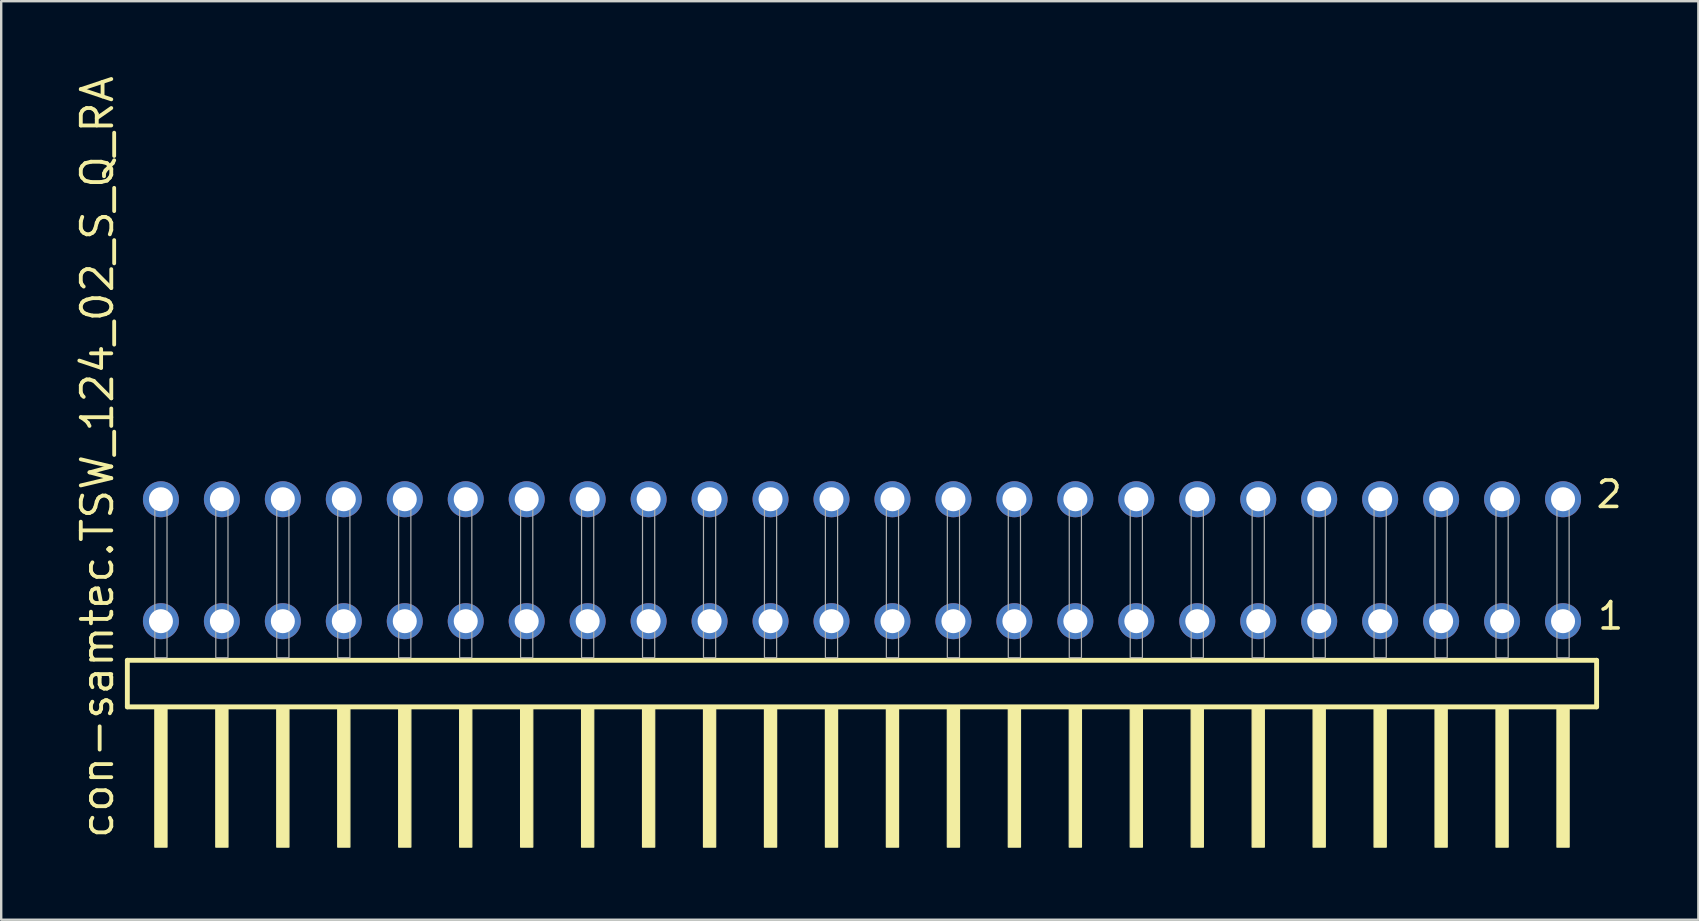
<source format=kicad_pcb>
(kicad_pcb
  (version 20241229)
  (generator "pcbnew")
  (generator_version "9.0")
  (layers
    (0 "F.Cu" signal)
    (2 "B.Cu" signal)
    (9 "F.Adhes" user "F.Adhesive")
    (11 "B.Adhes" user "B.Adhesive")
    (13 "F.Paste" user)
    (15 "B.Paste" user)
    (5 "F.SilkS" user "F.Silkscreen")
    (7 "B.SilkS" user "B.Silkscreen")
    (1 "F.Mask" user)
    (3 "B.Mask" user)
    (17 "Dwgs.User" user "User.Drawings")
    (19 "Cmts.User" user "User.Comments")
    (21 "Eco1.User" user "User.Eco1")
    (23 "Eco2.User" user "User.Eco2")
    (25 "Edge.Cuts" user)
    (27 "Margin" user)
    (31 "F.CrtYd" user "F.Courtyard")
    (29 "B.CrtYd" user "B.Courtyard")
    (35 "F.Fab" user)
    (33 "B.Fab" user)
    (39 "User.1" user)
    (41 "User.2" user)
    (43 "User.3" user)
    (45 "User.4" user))
  (footprint "con-samtec.TSW_124_02_S_Q_RA"
    (layer "F.Cu")
    (at 32.865 24.356)
    (property "Reference" "con-samtec.TSW_124_02_S_Q_RA" (at -31.115 7.62 90) (layer "F.SilkS") (effects (font (size 1.27 1.27) (thickness 0.16)) (justify left bottom)))
    (attr through_hole)
    (fp_line (start -30.609 0.106) (end -30.609 2.046) (stroke (width 0.203) (type default)) (layer "F.SilkS"))
    (fp_line (start -30.609 2.046) (end 30.609 2.046) (stroke (width 0.203) (type default)) (layer "F.SilkS"))
    (fp_line (start 30.609 0.106) (end -30.609 0.106) (stroke (width 0.203) (type default)) (layer "F.SilkS"))
    (fp_line (start 30.609 2.046) (end 30.609 0.106) (stroke (width 0.203) (type default)) (layer "F.SilkS"))
    (fp_rect (start -29.464 7.89) (end -28.956 2.04) (stroke (width 0.05) (type default)) (fill yes) (layer "F.SilkS"))
    (fp_rect (start -26.924 7.89) (end -26.416 2.04) (stroke (width 0.05) (type default)) (fill yes) (layer "F.SilkS"))
    (fp_rect (start -24.384 7.89) (end -23.876 2.04) (stroke (width 0.05) (type default)) (fill yes) (layer "F.SilkS"))
    (fp_rect (start -21.844 7.89) (end -21.336 2.04) (stroke (width 0.05) (type default)) (fill yes) (layer "F.SilkS"))
    (fp_rect (start -19.304 7.89) (end -18.796 2.04) (stroke (width 0.05) (type default)) (fill yes) (layer "F.SilkS"))
    (fp_rect (start -16.764 7.89) (end -16.256 2.04) (stroke (width 0.05) (type default)) (fill yes) (layer "F.SilkS"))
    (fp_rect (start -14.224 7.89) (end -13.716 2.04) (stroke (width 0.05) (type default)) (fill yes) (layer "F.SilkS"))
    (fp_rect (start -11.684 7.89) (end -11.176 2.04) (stroke (width 0.05) (type default)) (fill yes) (layer "F.SilkS"))
    (fp_rect (start -9.144 7.89) (end -8.636 2.04) (stroke (width 0.05) (type default)) (fill yes) (layer "F.SilkS"))
    (fp_rect (start -6.604 7.89) (end -6.096 2.04) (stroke (width 0.05) (type default)) (fill yes) (layer "F.SilkS"))
    (fp_rect (start -4.064 7.89) (end -3.556 2.04) (stroke (width 0.05) (type default)) (fill yes) (layer "F.SilkS"))
    (fp_rect (start -1.524 7.89) (end -1.016 2.04) (stroke (width 0.05) (type default)) (fill yes) (layer "F.SilkS"))
    (fp_rect (start 1.016 7.89) (end 1.524 2.04) (stroke (width 0.05) (type default)) (fill yes) (layer "F.SilkS"))
    (fp_rect (start 3.556 7.89) (end 4.064 2.04) (stroke (width 0.05) (type default)) (fill yes) (layer "F.SilkS"))
    (fp_rect (start 6.096 7.89) (end 6.604 2.04) (stroke (width 0.05) (type default)) (fill yes) (layer "F.SilkS"))
    (fp_rect (start 8.636 7.89) (end 9.144 2.04) (stroke (width 0.05) (type default)) (fill yes) (layer "F.SilkS"))
    (fp_rect (start 11.176 7.89) (end 11.684 2.04) (stroke (width 0.05) (type default)) (fill yes) (layer "F.SilkS"))
    (fp_rect (start 13.716 7.89) (end 14.224 2.04) (stroke (width 0.05) (type default)) (fill yes) (layer "F.SilkS"))
    (fp_rect (start 16.256 7.89) (end 16.764 2.04) (stroke (width 0.05) (type default)) (fill yes) (layer "F.SilkS"))
    (fp_rect (start 18.796 7.89) (end 19.304 2.04) (stroke (width 0.05) (type default)) (fill yes) (layer "F.SilkS"))
    (fp_rect (start 21.336 7.89) (end 21.844 2.04) (stroke (width 0.05) (type default)) (fill yes) (layer "F.SilkS"))
    (fp_rect (start 23.876 7.89) (end 24.384 2.04) (stroke (width 0.05) (type default)) (fill yes) (layer "F.SilkS"))
    (fp_rect (start 26.416 7.89) (end 26.924 2.04) (stroke (width 0.05) (type default)) (fill yes) (layer "F.SilkS"))
    (fp_rect (start 28.956 7.89) (end 29.464 2.04) (stroke (width 0.05) (type default)) (fill yes) (layer "F.SilkS"))
    (fp_rect (start -29.464 0) (end -28.956 -6.858) (stroke (width 0.05) (type default)) (fill no) (layer "F.Fab"))
    (fp_rect (start -26.924 0) (end -26.416 -6.858) (stroke (width 0.05) (type default)) (fill no) (layer "F.Fab"))
    (fp_rect (start -24.384 0) (end -23.876 -6.858) (stroke (width 0.05) (type default)) (fill no) (layer "F.Fab"))
    (fp_rect (start -21.844 0) (end -21.336 -6.858) (stroke (width 0.05) (type default)) (fill no) (layer "F.Fab"))
    (fp_rect (start -19.304 0) (end -18.796 -6.858) (stroke (width 0.05) (type default)) (fill no) (layer "F.Fab"))
    (fp_rect (start -16.764 0) (end -16.256 -6.858) (stroke (width 0.05) (type default)) (fill no) (layer "F.Fab"))
    (fp_rect (start -14.224 0) (end -13.716 -6.858) (stroke (width 0.05) (type default)) (fill no) (layer "F.Fab"))
    (fp_rect (start -11.684 0) (end -11.176 -6.858) (stroke (width 0.05) (type default)) (fill no) (layer "F.Fab"))
    (fp_rect (start -9.144 0) (end -8.636 -6.858) (stroke (width 0.05) (type default)) (fill no) (layer "F.Fab"))
    (fp_rect (start -6.604 0) (end -6.096 -6.858) (stroke (width 0.05) (type default)) (fill no) (layer "F.Fab"))
    (fp_rect (start -4.064 0) (end -3.556 -6.858) (stroke (width 0.05) (type default)) (fill no) (layer "F.Fab"))
    (fp_rect (start -1.524 0) (end -1.016 -6.858) (stroke (width 0.05) (type default)) (fill no) (layer "F.Fab"))
    (fp_rect (start 1.016 0) (end 1.524 -6.858) (stroke (width 0.05) (type default)) (fill no) (layer "F.Fab"))
    (fp_rect (start 3.556 0) (end 4.064 -6.858) (stroke (width 0.05) (type default)) (fill no) (layer "F.Fab"))
    (fp_rect (start 6.096 0) (end 6.604 -6.858) (stroke (width 0.05) (type default)) (fill no) (layer "F.Fab"))
    (fp_rect (start 8.636 0) (end 9.144 -6.858) (stroke (width 0.05) (type default)) (fill no) (layer "F.Fab"))
    (fp_rect (start 11.176 0) (end 11.684 -6.858) (stroke (width 0.05) (type default)) (fill no) (layer "F.Fab"))
    (fp_rect (start 13.716 0) (end 14.224 -6.858) (stroke (width 0.05) (type default)) (fill no) (layer "F.Fab"))
    (fp_rect (start 16.256 0) (end 16.764 -6.858) (stroke (width 0.05) (type default)) (fill no) (layer "F.Fab"))
    (fp_rect (start 18.796 0) (end 19.304 -6.858) (stroke (width 0.05) (type default)) (fill no) (layer "F.Fab"))
    (fp_rect (start 21.336 0) (end 21.844 -6.858) (stroke (width 0.05) (type default)) (fill no) (layer "F.Fab"))
    (fp_rect (start 23.876 0) (end 24.384 -6.858) (stroke (width 0.05) (type default)) (fill no) (layer "F.Fab"))
    (fp_rect (start 26.416 0) (end 26.924 -6.858) (stroke (width 0.05) (type default)) (fill no) (layer "F.Fab"))
    (fp_rect (start 28.956 0) (end 29.464 -6.858) (stroke (width 0.05) (type default)) (fill no) (layer "F.Fab"))
    (fp_text user "2" (at 30.51 -6.165 0) (layer "F.SilkS") (effects (font (size 1.1 1.1) (thickness 0.15)) (justify left bottom)))
    (fp_text user "1" (at 30.57 -1.1 0) (layer "F.SilkS") (effects (font (size 1.1 1.1) (thickness 0.15)) (justify left bottom)))
    (pad "1" thru_hole circle (at 29.21 -1.524 180) (size 1.5 1.5) (drill 1) (layers "*.Cu" "*.Mask"))
    (pad "2" thru_hole circle (at 29.21 -6.604 180) (size 1.5 1.5) (drill 1) (layers "*.Cu" "*.Mask"))
    (pad "3" thru_hole circle (at 26.67 -1.524 180) (size 1.5 1.5) (drill 1) (layers "*.Cu" "*.Mask"))
    (pad "4" thru_hole circle (at 26.67 -6.604 180) (size 1.5 1.5) (drill 1) (layers "*.Cu" "*.Mask"))
    (pad "5" thru_hole circle (at 24.13 -1.524 180) (size 1.5 1.5) (drill 1) (layers "*.Cu" "*.Mask"))
    (pad "6" thru_hole circle (at 24.13 -6.604 180) (size 1.5 1.5) (drill 1) (layers "*.Cu" "*.Mask"))
    (pad "7" thru_hole circle (at 21.59 -1.524 180) (size 1.5 1.5) (drill 1) (layers "*.Cu" "*.Mask"))
    (pad "8" thru_hole circle (at 21.59 -6.604 180) (size 1.5 1.5) (drill 1) (layers "*.Cu" "*.Mask"))
    (pad "9" thru_hole circle (at 19.05 -1.524 180) (size 1.5 1.5) (drill 1) (layers "*.Cu" "*.Mask"))
    (pad "10" thru_hole circle (at 19.05 -6.604 180) (size 1.5 1.5) (drill 1) (layers "*.Cu" "*.Mask"))
    (pad "11" thru_hole circle (at 16.51 -1.524 180) (size 1.5 1.5) (drill 1) (layers "*.Cu" "*.Mask"))
    (pad "12" thru_hole circle (at 16.51 -6.604 180) (size 1.5 1.5) (drill 1) (layers "*.Cu" "*.Mask"))
    (pad "13" thru_hole circle (at 13.97 -1.524 180) (size 1.5 1.5) (drill 1) (layers "*.Cu" "*.Mask"))
    (pad "14" thru_hole circle (at 13.97 -6.604 180) (size 1.5 1.5) (drill 1) (layers "*.Cu" "*.Mask"))
    (pad "15" thru_hole circle (at 11.43 -1.524 180) (size 1.5 1.5) (drill 1) (layers "*.Cu" "*.Mask"))
    (pad "16" thru_hole circle (at 11.43 -6.604 180) (size 1.5 1.5) (drill 1) (layers "*.Cu" "*.Mask"))
    (pad "17" thru_hole circle (at 8.89 -1.524 180) (size 1.5 1.5) (drill 1) (layers "*.Cu" "*.Mask"))
    (pad "18" thru_hole circle (at 8.89 -6.604 180) (size 1.5 1.5) (drill 1) (layers "*.Cu" "*.Mask"))
    (pad "19" thru_hole circle (at 6.35 -1.524 180) (size 1.5 1.5) (drill 1) (layers "*.Cu" "*.Mask"))
    (pad "20" thru_hole circle (at 6.35 -6.604 180) (size 1.5 1.5) (drill 1) (layers "*.Cu" "*.Mask"))
    (pad "21" thru_hole circle (at 3.81 -1.524 180) (size 1.5 1.5) (drill 1) (layers "*.Cu" "*.Mask"))
    (pad "22" thru_hole circle (at 3.81 -6.604 180) (size 1.5 1.5) (drill 1) (layers "*.Cu" "*.Mask"))
    (pad "23" thru_hole circle (at 1.27 -1.524 180) (size 1.5 1.5) (drill 1) (layers "*.Cu" "*.Mask"))
    (pad "24" thru_hole circle (at 1.27 -6.604 180) (size 1.5 1.5) (drill 1) (layers "*.Cu" "*.Mask"))
    (pad "25" thru_hole circle (at -1.27 -1.524 180) (size 1.5 1.5) (drill 1) (layers "*.Cu" "*.Mask"))
    (pad "26" thru_hole circle (at -1.27 -6.604 180) (size 1.5 1.5) (drill 1) (layers "*.Cu" "*.Mask"))
    (pad "27" thru_hole circle (at -3.81 -1.524 180) (size 1.5 1.5) (drill 1) (layers "*.Cu" "*.Mask"))
    (pad "28" thru_hole circle (at -3.81 -6.604 180) (size 1.5 1.5) (drill 1) (layers "*.Cu" "*.Mask"))
    (pad "29" thru_hole circle (at -6.35 -1.524 180) (size 1.5 1.5) (drill 1) (layers "*.Cu" "*.Mask"))
    (pad "30" thru_hole circle (at -6.35 -6.604 180) (size 1.5 1.5) (drill 1) (layers "*.Cu" "*.Mask"))
    (pad "31" thru_hole circle (at -8.89 -1.524 180) (size 1.5 1.5) (drill 1) (layers "*.Cu" "*.Mask"))
    (pad "32" thru_hole circle (at -8.89 -6.604 180) (size 1.5 1.5) (drill 1) (layers "*.Cu" "*.Mask"))
    (pad "33" thru_hole circle (at -11.43 -1.524 180) (size 1.5 1.5) (drill 1) (layers "*.Cu" "*.Mask"))
    (pad "34" thru_hole circle (at -11.43 -6.604 180) (size 1.5 1.5) (drill 1) (layers "*.Cu" "*.Mask"))
    (pad "35" thru_hole circle (at -13.97 -1.524 180) (size 1.5 1.5) (drill 1) (layers "*.Cu" "*.Mask"))
    (pad "36" thru_hole circle (at -13.97 -6.604 180) (size 1.5 1.5) (drill 1) (layers "*.Cu" "*.Mask"))
    (pad "37" thru_hole circle (at -16.51 -1.524 180) (size 1.5 1.5) (drill 1) (layers "*.Cu" "*.Mask"))
    (pad "38" thru_hole circle (at -16.51 -6.604 180) (size 1.5 1.5) (drill 1) (layers "*.Cu" "*.Mask"))
    (pad "39" thru_hole circle (at -19.05 -1.524 180) (size 1.5 1.5) (drill 1) (layers "*.Cu" "*.Mask"))
    (pad "40" thru_hole circle (at -19.05 -6.604 180) (size 1.5 1.5) (drill 1) (layers "*.Cu" "*.Mask"))
    (pad "41" thru_hole circle (at -21.59 -1.524 180) (size 1.5 1.5) (drill 1) (layers "*.Cu" "*.Mask"))
    (pad "42" thru_hole circle (at -21.59 -6.604 180) (size 1.5 1.5) (drill 1) (layers "*.Cu" "*.Mask"))
    (pad "43" thru_hole circle (at -24.13 -1.524 180) (size 1.5 1.5) (drill 1) (layers "*.Cu" "*.Mask"))
    (pad "44" thru_hole circle (at -24.13 -6.604 180) (size 1.5 1.5) (drill 1) (layers "*.Cu" "*.Mask"))
    (pad "45" thru_hole circle (at -26.67 -1.524 180) (size 1.5 1.5) (drill 1) (layers "*.Cu" "*.Mask"))
    (pad "46" thru_hole circle (at -26.67 -6.604 180) (size 1.5 1.5) (drill 1) (layers "*.Cu" "*.Mask"))
    (pad "47" thru_hole circle (at -29.21 -1.524 180) (size 1.5 1.5) (drill 1) (layers "*.Cu" "*.Mask"))
    (pad "48" thru_hole circle (at -29.21 -6.604 180) (size 1.5 1.5) (drill 1) (layers "*.Cu" "*.Mask")))
  (gr_rect
    (start -3 -3)
    (end 67.713 35.271)
    (stroke (width 0.1) (type default))
    (fill no)
    (layer "Edge.Cuts")))
</source>
